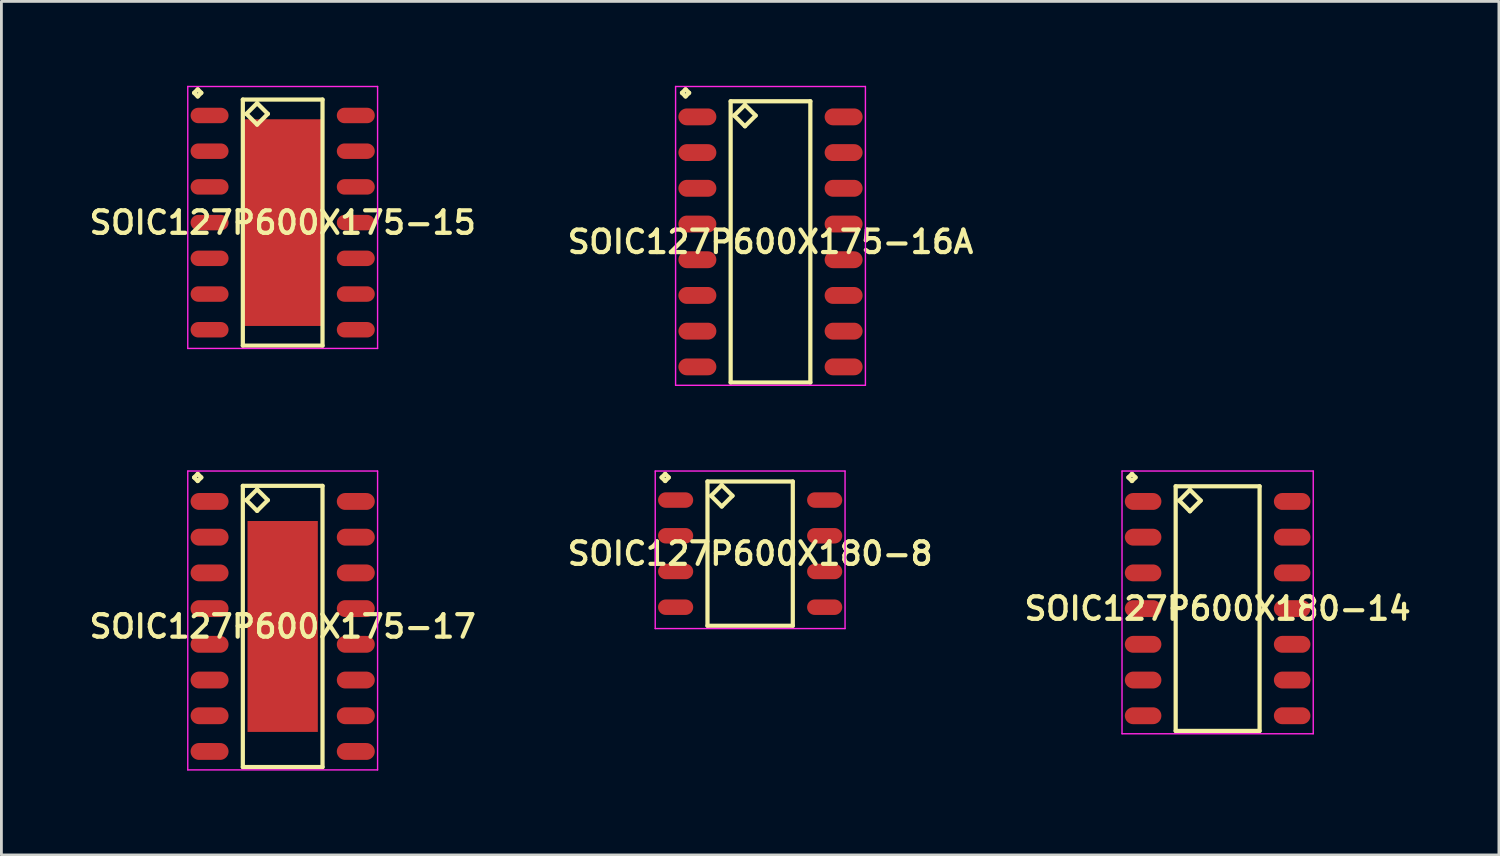
<source format=kicad_pcb>
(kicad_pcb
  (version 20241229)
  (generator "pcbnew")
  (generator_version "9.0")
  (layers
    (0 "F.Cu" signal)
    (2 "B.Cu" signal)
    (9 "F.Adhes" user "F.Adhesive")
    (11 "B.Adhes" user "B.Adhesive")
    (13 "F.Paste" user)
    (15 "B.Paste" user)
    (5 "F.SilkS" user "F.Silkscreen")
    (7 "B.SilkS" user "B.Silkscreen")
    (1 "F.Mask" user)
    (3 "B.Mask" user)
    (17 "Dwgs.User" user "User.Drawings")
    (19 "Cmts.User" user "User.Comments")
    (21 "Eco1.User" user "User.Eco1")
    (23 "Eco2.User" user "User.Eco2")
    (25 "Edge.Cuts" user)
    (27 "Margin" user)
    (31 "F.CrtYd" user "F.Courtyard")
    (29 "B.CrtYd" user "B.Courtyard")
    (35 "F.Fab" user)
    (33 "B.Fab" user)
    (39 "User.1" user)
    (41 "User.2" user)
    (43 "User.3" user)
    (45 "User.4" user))
  (footprint "SOIC127P600X180-14"
    (layer "F.Cu")
    (at 40.249 18.592)
    (property "Reference" "SOIC127P600X180-14" (at 0 0 0) (layer "F.SilkS") (effects (font (size 0.8 0.8) (thickness 0.15))))
    (attr smd)
    (fp_line (start -3.173 -4.664) (end -3.046 -4.791) (stroke (width 0.15) (type solid)) (layer "F.SilkS"))
    (fp_line (start -3.046 -4.791) (end -2.919 -4.664) (stroke (width 0.15) (type solid)) (layer "F.SilkS"))
    (fp_line (start -3.046 -4.537) (end -3.173 -4.664) (stroke (width 0.15) (type solid)) (layer "F.SilkS"))
    (fp_line (start -2.919 -4.664) (end -3.046 -4.537) (stroke (width 0.15) (type solid)) (layer "F.SilkS"))
    (fp_line (start -1.492 -4.35) (end -1.492 4.35) (stroke (width 0.15) (type solid)) (layer "F.SilkS"))
    (fp_line (start -1.492 4.35) (end 1.492 4.35) (stroke (width 0.15) (type solid)) (layer "F.SilkS"))
    (fp_line (start -1.365 -3.842) (end -0.984 -4.223) (stroke (width 0.15) (type solid)) (layer "F.SilkS"))
    (fp_line (start -0.984 -4.223) (end -0.603 -3.842) (stroke (width 0.15) (type solid)) (layer "F.SilkS"))
    (fp_line (start -0.984 -3.461) (end -1.365 -3.842) (stroke (width 0.15) (type solid)) (layer "F.SilkS"))
    (fp_line (start -0.603 -3.842) (end -0.984 -3.461) (stroke (width 0.15) (type solid)) (layer "F.SilkS"))
    (fp_line (start 1.492 -4.35) (end -1.492 -4.35) (stroke (width 0.15) (type solid)) (layer "F.SilkS"))
    (fp_line (start 1.492 4.35) (end 1.492 -4.35) (stroke (width 0.15) (type solid)) (layer "F.SilkS"))
    (fp_line (start -3.4 -4.891) (end 3.4 -4.891) (stroke (width 0.05) (type solid)) (layer "F.CrtYd"))
    (fp_line (start -3.4 4.45) (end -3.4 -4.891) (stroke (width 0.05) (type solid)) (layer "F.CrtYd"))
    (fp_line (start 3.4 -4.891) (end 3.4 4.45) (stroke (width 0.05) (type solid)) (layer "F.CrtYd"))
    (fp_line (start 3.4 4.45) (end -3.4 4.45) (stroke (width 0.05) (type solid)) (layer "F.CrtYd"))
    (pad "1" smd oval (at -2.65 -3.81) (size 1.3 0.6) (layers "F.Cu" "F.Mask" "F.Paste"))
    (pad "2" smd oval (at -2.65 -2.54) (size 1.3 0.6) (layers "F.Cu" "F.Mask" "F.Paste"))
    (pad "3" smd oval (at -2.65 -1.27) (size 1.3 0.6) (layers "F.Cu" "F.Mask" "F.Paste"))
    (pad "4" smd oval (at -2.65 0) (size 1.3 0.6) (layers "F.Cu" "F.Mask" "F.Paste"))
    (pad "5" smd oval (at -2.65 1.27) (size 1.3 0.6) (layers "F.Cu" "F.Mask" "F.Paste"))
    (pad "6" smd oval (at -2.65 2.54) (size 1.3 0.6) (layers "F.Cu" "F.Mask" "F.Paste"))
    (pad "7" smd oval (at -2.65 3.81) (size 1.3 0.6) (layers "F.Cu" "F.Mask" "F.Paste"))
    (pad "8" smd oval (at 2.65 3.81) (size 1.3 0.6) (layers "F.Cu" "F.Mask" "F.Paste"))
    (pad "9" smd oval (at 2.65 2.54) (size 1.3 0.6) (layers "F.Cu" "F.Mask" "F.Paste"))
    (pad "10" smd oval (at 2.65 1.27) (size 1.3 0.6) (layers "F.Cu" "F.Mask" "F.Paste"))
    (pad "11" smd oval (at 2.65 0) (size 1.3 0.6) (layers "F.Cu" "F.Mask" "F.Paste"))
    (pad "12" smd oval (at 2.65 -1.27) (size 1.3 0.6) (layers "F.Cu" "F.Mask" "F.Paste"))
    (pad "13" smd oval (at 2.65 -2.54) (size 1.3 0.6) (layers "F.Cu" "F.Mask" "F.Paste"))
    (pad "14" smd oval (at 2.65 -3.81) (size 1.3 0.6) (layers "F.Cu" "F.Mask" "F.Paste")))
  (footprint "SOIC127P600X175-17"
    (layer "F.Cu")
    (at 7.002 19.227)
    (property "Reference" "SOIC127P600X175-17" (at 0 0 0) (layer "F.SilkS") (effects (font (size 0.8 0.8) (thickness 0.15))))
    (attr smd)
    (fp_line (start -3.148 -5.299) (end -3.021 -5.426) (stroke (width 0.15) (type solid)) (layer "F.SilkS"))
    (fp_line (start -3.021 -5.426) (end -2.894 -5.299) (stroke (width 0.15) (type solid)) (layer "F.SilkS"))
    (fp_line (start -3.021 -5.172) (end -3.148 -5.299) (stroke (width 0.15) (type solid)) (layer "F.SilkS"))
    (fp_line (start -2.894 -5.299) (end -3.021 -5.172) (stroke (width 0.15) (type solid)) (layer "F.SilkS"))
    (fp_line (start -1.417 -5) (end -1.417 5) (stroke (width 0.15) (type solid)) (layer "F.SilkS"))
    (fp_line (start -1.417 5) (end 1.417 5) (stroke (width 0.15) (type solid)) (layer "F.SilkS"))
    (fp_line (start -1.29 -4.492) (end -0.909 -4.873) (stroke (width 0.15) (type solid)) (layer "F.SilkS"))
    (fp_line (start -0.909 -4.873) (end -0.528 -4.492) (stroke (width 0.15) (type solid)) (layer "F.SilkS"))
    (fp_line (start -0.909 -4.111) (end -1.29 -4.492) (stroke (width 0.15) (type solid)) (layer "F.SilkS"))
    (fp_line (start -0.528 -4.492) (end -0.909 -4.111) (stroke (width 0.15) (type solid)) (layer "F.SilkS"))
    (fp_line (start 1.417 -5) (end -1.417 -5) (stroke (width 0.15) (type solid)) (layer "F.SilkS"))
    (fp_line (start 1.417 5) (end 1.417 -5) (stroke (width 0.15) (type solid)) (layer "F.SilkS"))
    (fp_line (start -3.375 -5.526) (end 3.375 -5.526) (stroke (width 0.05) (type solid)) (layer "F.CrtYd"))
    (fp_line (start -3.375 5.1) (end -3.375 -5.526) (stroke (width 0.05) (type solid)) (layer "F.CrtYd"))
    (fp_line (start 3.375 -5.526) (end 3.375 5.1) (stroke (width 0.05) (type solid)) (layer "F.CrtYd"))
    (fp_line (start 3.375 5.1) (end -3.375 5.1) (stroke (width 0.05) (type solid)) (layer "F.CrtYd"))
    (pad "1" smd oval (at -2.6 -4.445) (size 1.35 0.6) (layers "F.Cu" "F.Mask" "F.Paste"))
    (pad "2" smd oval (at -2.6 -3.175) (size 1.35 0.6) (layers "F.Cu" "F.Mask" "F.Paste"))
    (pad "3" smd oval (at -2.6 -1.905) (size 1.35 0.6) (layers "F.Cu" "F.Mask" "F.Paste"))
    (pad "4" smd oval (at -2.6 -0.635) (size 1.35 0.6) (layers "F.Cu" "F.Mask" "F.Paste"))
    (pad "5" smd oval (at -2.6 0.635) (size 1.35 0.6) (layers "F.Cu" "F.Mask" "F.Paste"))
    (pad "6" smd oval (at -2.6 1.905) (size 1.35 0.6) (layers "F.Cu" "F.Mask" "F.Paste"))
    (pad "7" smd oval (at -2.6 3.175) (size 1.35 0.6) (layers "F.Cu" "F.Mask" "F.Paste"))
    (pad "8" smd oval (at -2.6 4.445) (size 1.35 0.6) (layers "F.Cu" "F.Mask" "F.Paste"))
    (pad "9" smd oval (at 2.6 4.445) (size 1.35 0.6) (layers "F.Cu" "F.Mask" "F.Paste"))
    (pad "10" smd oval (at 2.6 3.175) (size 1.35 0.6) (layers "F.Cu" "F.Mask" "F.Paste"))
    (pad "11" smd oval (at 2.6 1.905) (size 1.35 0.6) (layers "F.Cu" "F.Mask" "F.Paste"))
    (pad "12" smd oval (at 2.6 0.635) (size 1.35 0.6) (layers "F.Cu" "F.Mask" "F.Paste"))
    (pad "13" smd oval (at 2.6 -0.635) (size 1.35 0.6) (layers "F.Cu" "F.Mask" "F.Paste"))
    (pad "14" smd oval (at 2.6 -1.905) (size 1.35 0.6) (layers "F.Cu" "F.Mask" "F.Paste"))
    (pad "15" smd oval (at 2.6 -3.175) (size 1.35 0.6) (layers "F.Cu" "F.Mask" "F.Paste"))
    (pad "16" smd oval (at 2.6 -4.445) (size 1.35 0.6) (layers "F.Cu" "F.Mask" "F.Paste"))
    (pad "17" smd rect (at 0 0) (size 2.5 7.5) (layers "F.Cu" "F.Mask" "F.Paste")))
  (footprint "SOIC127P600X180-8"
    (layer "F.Cu")
    (at 23.625 16.637)
    (property "Reference" "SOIC127P600X180-8" (at 0 0 0) (layer "F.SilkS") (effects (font (size 0.8 0.8) (thickness 0.15))))
    (attr smd)
    (fp_line (start -3.148 -2.709) (end -3.021 -2.836) (stroke (width 0.15) (type solid)) (layer "F.SilkS"))
    (fp_line (start -3.021 -2.836) (end -2.894 -2.709) (stroke (width 0.15) (type solid)) (layer "F.SilkS"))
    (fp_line (start -3.021 -2.582) (end -3.148 -2.709) (stroke (width 0.15) (type solid)) (layer "F.SilkS"))
    (fp_line (start -2.894 -2.709) (end -3.021 -2.582) (stroke (width 0.15) (type solid)) (layer "F.SilkS"))
    (fp_line (start -1.517 -2.565) (end -1.517 2.565) (stroke (width 0.15) (type solid)) (layer "F.SilkS"))
    (fp_line (start -1.517 2.565) (end 1.517 2.565) (stroke (width 0.15) (type solid)) (layer "F.SilkS"))
    (fp_line (start -1.39 -2.057) (end -1.009 -2.438) (stroke (width 0.15) (type solid)) (layer "F.SilkS"))
    (fp_line (start -1.009 -2.438) (end -0.628 -2.057) (stroke (width 0.15) (type solid)) (layer "F.SilkS"))
    (fp_line (start -1.009 -1.676) (end -1.39 -2.057) (stroke (width 0.15) (type solid)) (layer "F.SilkS"))
    (fp_line (start -0.628 -2.057) (end -1.009 -1.676) (stroke (width 0.15) (type solid)) (layer "F.SilkS"))
    (fp_line (start 1.517 -2.565) (end -1.517 -2.565) (stroke (width 0.15) (type solid)) (layer "F.SilkS"))
    (fp_line (start 1.517 2.565) (end 1.517 -2.565) (stroke (width 0.15) (type solid)) (layer "F.SilkS"))
    (fp_line (start -3.375 -2.936) (end 3.375 -2.936) (stroke (width 0.05) (type solid)) (layer "F.CrtYd"))
    (fp_line (start -3.375 2.665) (end -3.375 -2.936) (stroke (width 0.05) (type solid)) (layer "F.CrtYd"))
    (fp_line (start 3.375 -2.936) (end 3.375 2.665) (stroke (width 0.05) (type solid)) (layer "F.CrtYd"))
    (fp_line (start 3.375 2.665) (end -3.375 2.665) (stroke (width 0.05) (type solid)) (layer "F.CrtYd"))
    (pad "1" smd oval (at -2.65 -1.905) (size 1.25 0.55) (layers "F.Cu" "F.Mask" "F.Paste"))
    (pad "2" smd oval (at -2.65 -0.635) (size 1.25 0.55) (layers "F.Cu" "F.Mask" "F.Paste"))
    (pad "3" smd oval (at -2.65 0.635) (size 1.25 0.55) (layers "F.Cu" "F.Mask" "F.Paste"))
    (pad "4" smd oval (at -2.65 1.905) (size 1.25 0.55) (layers "F.Cu" "F.Mask" "F.Paste"))
    (pad "5" smd oval (at 2.65 1.905) (size 1.25 0.55) (layers "F.Cu" "F.Mask" "F.Paste"))
    (pad "6" smd oval (at 2.65 0.635) (size 1.25 0.55) (layers "F.Cu" "F.Mask" "F.Paste"))
    (pad "7" smd oval (at 2.65 -0.635) (size 1.25 0.55) (layers "F.Cu" "F.Mask" "F.Paste"))
    (pad "8" smd oval (at 2.65 -1.905) (size 1.25 0.55) (layers "F.Cu" "F.Mask" "F.Paste")))
  (footprint "SOIC127P600X175-16A"
    (layer "F.Cu")
    (at 24.349 5.551)
    (property "Reference" "SOIC127P600X175-16A" (at 0 0 0) (layer "F.SilkS") (effects (font (size 0.8 0.8) (thickness 0.15))))
    (attr smd)
    (fp_line (start -3.148 -5.299) (end -3.021 -5.426) (stroke (width 0.15) (type solid)) (layer "F.SilkS"))
    (fp_line (start -3.021 -5.426) (end -2.894 -5.299) (stroke (width 0.15) (type solid)) (layer "F.SilkS"))
    (fp_line (start -3.021 -5.172) (end -3.148 -5.299) (stroke (width 0.15) (type solid)) (layer "F.SilkS"))
    (fp_line (start -2.894 -5.299) (end -3.021 -5.172) (stroke (width 0.15) (type solid)) (layer "F.SilkS"))
    (fp_line (start -1.417 -5) (end -1.417 5) (stroke (width 0.15) (type solid)) (layer "F.SilkS"))
    (fp_line (start -1.417 5) (end 1.417 5) (stroke (width 0.15) (type solid)) (layer "F.SilkS"))
    (fp_line (start -1.29 -4.492) (end -0.909 -4.873) (stroke (width 0.15) (type solid)) (layer "F.SilkS"))
    (fp_line (start -0.909 -4.873) (end -0.528 -4.492) (stroke (width 0.15) (type solid)) (layer "F.SilkS"))
    (fp_line (start -0.909 -4.111) (end -1.29 -4.492) (stroke (width 0.15) (type solid)) (layer "F.SilkS"))
    (fp_line (start -0.528 -4.492) (end -0.909 -4.111) (stroke (width 0.15) (type solid)) (layer "F.SilkS"))
    (fp_line (start 1.417 -5) (end -1.417 -5) (stroke (width 0.15) (type solid)) (layer "F.SilkS"))
    (fp_line (start 1.417 5) (end 1.417 -5) (stroke (width 0.15) (type solid)) (layer "F.SilkS"))
    (fp_line (start -3.375 -5.526) (end 3.375 -5.526) (stroke (width 0.05) (type solid)) (layer "F.CrtYd"))
    (fp_line (start -3.375 5.1) (end -3.375 -5.526) (stroke (width 0.05) (type solid)) (layer "F.CrtYd"))
    (fp_line (start 3.375 -5.526) (end 3.375 5.1) (stroke (width 0.05) (type solid)) (layer "F.CrtYd"))
    (fp_line (start 3.375 5.1) (end -3.375 5.1) (stroke (width 0.05) (type solid)) (layer "F.CrtYd"))
    (pad "1" smd oval (at -2.6 -4.445) (size 1.35 0.6) (layers "F.Cu" "F.Mask" "F.Paste"))
    (pad "2" smd oval (at -2.6 -3.175) (size 1.35 0.6) (layers "F.Cu" "F.Mask" "F.Paste"))
    (pad "3" smd oval (at -2.6 -1.905) (size 1.35 0.6) (layers "F.Cu" "F.Mask" "F.Paste"))
    (pad "4" smd oval (at -2.6 -0.635) (size 1.35 0.6) (layers "F.Cu" "F.Mask" "F.Paste"))
    (pad "5" smd oval (at -2.6 0.635) (size 1.35 0.6) (layers "F.Cu" "F.Mask" "F.Paste"))
    (pad "6" smd oval (at -2.6 1.905) (size 1.35 0.6) (layers "F.Cu" "F.Mask" "F.Paste"))
    (pad "7" smd oval (at -2.6 3.175) (size 1.35 0.6) (layers "F.Cu" "F.Mask" "F.Paste"))
    (pad "8" smd oval (at -2.6 4.445) (size 1.35 0.6) (layers "F.Cu" "F.Mask" "F.Paste"))
    (pad "9" smd oval (at 2.6 4.445) (size 1.35 0.6) (layers "F.Cu" "F.Mask" "F.Paste"))
    (pad "10" smd oval (at 2.6 3.175) (size 1.35 0.6) (layers "F.Cu" "F.Mask" "F.Paste"))
    (pad "11" smd oval (at 2.6 1.905) (size 1.35 0.6) (layers "F.Cu" "F.Mask" "F.Paste"))
    (pad "12" smd oval (at 2.6 0.635) (size 1.35 0.6) (layers "F.Cu" "F.Mask" "F.Paste"))
    (pad "13" smd oval (at 2.6 -0.635) (size 1.35 0.6) (layers "F.Cu" "F.Mask" "F.Paste"))
    (pad "14" smd oval (at 2.6 -1.905) (size 1.35 0.6) (layers "F.Cu" "F.Mask" "F.Paste"))
    (pad "15" smd oval (at 2.6 -3.175) (size 1.35 0.6) (layers "F.Cu" "F.Mask" "F.Paste"))
    (pad "16" smd oval (at 2.6 -4.445) (size 1.35 0.6) (layers "F.Cu" "F.Mask" "F.Paste")))
  (footprint "SOIC127P600X175-15"
    (layer "F.Cu")
    (at 7.002 4.866)
    (property "Reference" "SOIC127P600X175-15" (at 0 0 0) (layer "F.SilkS") (effects (font (size 0.8 0.8) (thickness 0.15))))
    (attr smd)
    (fp_line (start -3.148 -4.614) (end -3.021 -4.741) (stroke (width 0.15) (type solid)) (layer "F.SilkS"))
    (fp_line (start -3.021 -4.741) (end -2.894 -4.614) (stroke (width 0.15) (type solid)) (layer "F.SilkS"))
    (fp_line (start -3.021 -4.487) (end -3.148 -4.614) (stroke (width 0.15) (type solid)) (layer "F.SilkS"))
    (fp_line (start -2.894 -4.614) (end -3.021 -4.487) (stroke (width 0.15) (type solid)) (layer "F.SilkS"))
    (fp_line (start -1.417 -4.375) (end -1.417 4.375) (stroke (width 0.15) (type solid)) (layer "F.SilkS"))
    (fp_line (start -1.417 4.375) (end 1.417 4.375) (stroke (width 0.15) (type solid)) (layer "F.SilkS"))
    (fp_line (start -1.29 -3.867) (end -0.909 -4.248) (stroke (width 0.15) (type solid)) (layer "F.SilkS"))
    (fp_line (start -0.909 -4.248) (end -0.528 -3.867) (stroke (width 0.15) (type solid)) (layer "F.SilkS"))
    (fp_line (start -0.909 -3.486) (end -1.29 -3.867) (stroke (width 0.15) (type solid)) (layer "F.SilkS"))
    (fp_line (start -0.528 -3.867) (end -0.909 -3.486) (stroke (width 0.15) (type solid)) (layer "F.SilkS"))
    (fp_line (start 1.417 -4.375) (end -1.417 -4.375) (stroke (width 0.15) (type solid)) (layer "F.SilkS"))
    (fp_line (start 1.417 4.375) (end 1.417 -4.375) (stroke (width 0.15) (type solid)) (layer "F.SilkS"))
    (fp_line (start -3.375 -4.841) (end 3.375 -4.841) (stroke (width 0.05) (type solid)) (layer "F.CrtYd"))
    (fp_line (start -3.375 4.475) (end -3.375 -4.841) (stroke (width 0.05) (type solid)) (layer "F.CrtYd"))
    (fp_line (start 3.375 -4.841) (end 3.375 4.475) (stroke (width 0.05) (type solid)) (layer "F.CrtYd"))
    (fp_line (start 3.375 4.475) (end -3.375 4.475) (stroke (width 0.05) (type solid)) (layer "F.CrtYd"))
    (pad "1" smd oval (at -2.6 -3.81) (size 1.35 0.55) (layers "F.Cu" "F.Mask" "F.Paste"))
    (pad "2" smd oval (at -2.6 -2.54) (size 1.35 0.55) (layers "F.Cu" "F.Mask" "F.Paste"))
    (pad "3" smd oval (at -2.6 -1.27) (size 1.35 0.55) (layers "F.Cu" "F.Mask" "F.Paste"))
    (pad "4" smd oval (at -2.6 0) (size 1.35 0.55) (layers "F.Cu" "F.Mask" "F.Paste"))
    (pad "5" smd oval (at -2.6 1.27) (size 1.35 0.55) (layers "F.Cu" "F.Mask" "F.Paste"))
    (pad "6" smd oval (at -2.6 2.54) (size 1.35 0.55) (layers "F.Cu" "F.Mask" "F.Paste"))
    (pad "7" smd oval (at -2.6 3.81) (size 1.35 0.55) (layers "F.Cu" "F.Mask" "F.Paste"))
    (pad "8" smd oval (at 2.6 3.81) (size 1.35 0.55) (layers "F.Cu" "F.Mask" "F.Paste"))
    (pad "9" smd oval (at 2.6 2.54) (size 1.35 0.55) (layers "F.Cu" "F.Mask" "F.Paste"))
    (pad "10" smd oval (at 2.6 1.27) (size 1.35 0.55) (layers "F.Cu" "F.Mask" "F.Paste"))
    (pad "11" smd oval (at 2.6 0) (size 1.35 0.55) (layers "F.Cu" "F.Mask" "F.Paste"))
    (pad "12" smd oval (at 2.6 -1.27) (size 1.35 0.55) (layers "F.Cu" "F.Mask" "F.Paste"))
    (pad "13" smd oval (at 2.6 -2.54) (size 1.35 0.55) (layers "F.Cu" "F.Mask" "F.Paste"))
    (pad "14" smd oval (at 2.6 -3.81) (size 1.35 0.55) (layers "F.Cu" "F.Mask" "F.Paste"))
    (pad "15" smd rect (at 0 0) (size 2.75 7.35) (layers "F.Cu" "F.Mask" "F.Paste")))
  (gr_rect
    (start -3 -3)
    (end 50.251 27.352)
    (stroke (width 0.1) (type default))
    (fill no)
    (layer "Edge.Cuts")))
</source>
